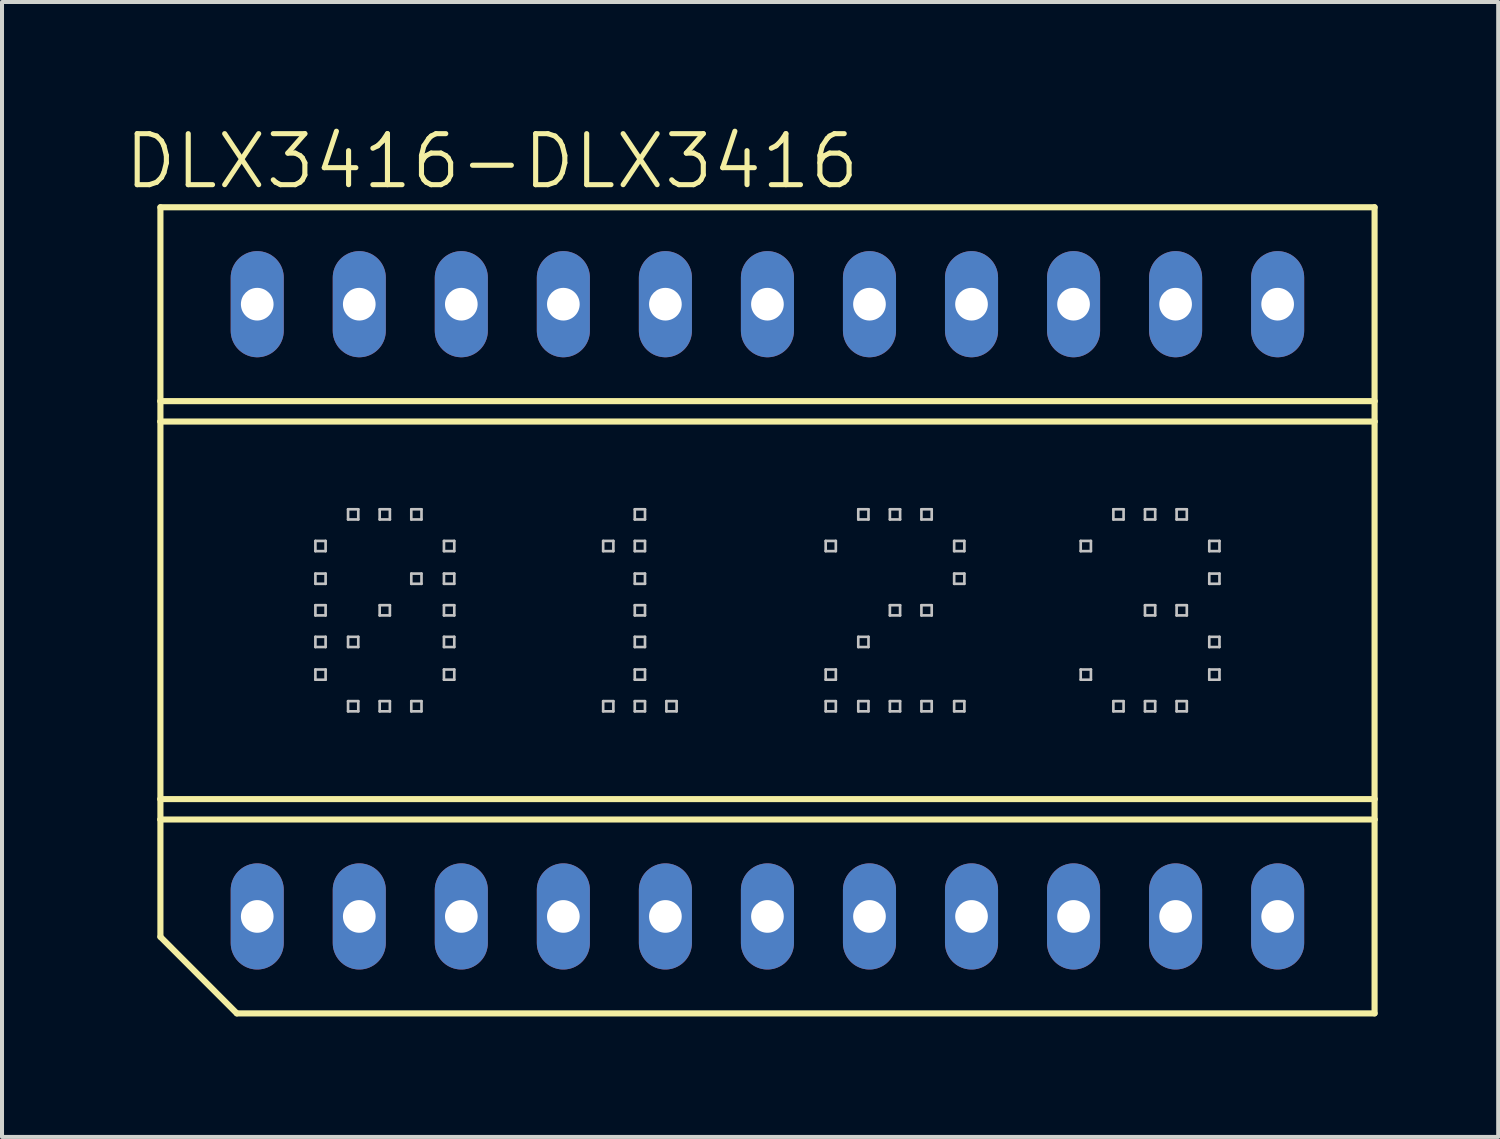
<source format=kicad_pcb>
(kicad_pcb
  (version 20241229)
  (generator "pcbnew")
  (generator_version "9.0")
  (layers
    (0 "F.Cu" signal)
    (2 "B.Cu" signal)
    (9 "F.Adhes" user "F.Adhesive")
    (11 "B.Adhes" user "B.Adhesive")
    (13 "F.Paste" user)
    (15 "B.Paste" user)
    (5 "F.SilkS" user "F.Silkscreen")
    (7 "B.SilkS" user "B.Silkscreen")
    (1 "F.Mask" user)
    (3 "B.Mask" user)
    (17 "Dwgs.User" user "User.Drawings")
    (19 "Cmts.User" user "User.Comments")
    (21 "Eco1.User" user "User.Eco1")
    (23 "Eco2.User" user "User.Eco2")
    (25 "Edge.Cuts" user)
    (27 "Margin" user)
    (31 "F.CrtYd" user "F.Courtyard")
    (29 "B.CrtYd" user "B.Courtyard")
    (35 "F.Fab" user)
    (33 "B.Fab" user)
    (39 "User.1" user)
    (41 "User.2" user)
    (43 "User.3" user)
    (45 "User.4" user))
  (footprint "DLX3416-DLX3416"
    (layer "F.Cu")
    (at 18.593 12.142)
    (property "Reference" "DLX3416-DLX3416" (at -9.398 -11.176 0) (layer "F.SilkS") (effects (font (size 1.27 1.27) (thickness 0.127))))
    (attr exclude_from_pos_files exclude_from_bom)
    (fp_line (start -17.65 -5.207) (end -17.65 -10.033) (stroke (width 0.152) (type solid)) (layer "F.SilkS"))
    (fp_line (start -17.65 -5.207) (end 12.573 -5.207) (stroke (width 0.152) (type solid)) (layer "F.SilkS"))
    (fp_line (start -17.65 -4.699) (end -17.65 -5.207) (stroke (width 0.152) (type solid)) (layer "F.SilkS"))
    (fp_line (start -17.65 -4.699) (end 12.573 -4.699) (stroke (width 0.152) (type solid)) (layer "F.SilkS"))
    (fp_line (start -17.65 4.699) (end -17.65 -4.699) (stroke (width 0.152) (type solid)) (layer "F.SilkS"))
    (fp_line (start -17.65 4.699) (end 12.573 4.699) (stroke (width 0.152) (type solid)) (layer "F.SilkS"))
    (fp_line (start -17.65 5.207) (end -17.65 4.699) (stroke (width 0.152) (type solid)) (layer "F.SilkS"))
    (fp_line (start -17.65 5.207) (end 12.573 5.207) (stroke (width 0.152) (type solid)) (layer "F.SilkS"))
    (fp_line (start -17.65 8.128) (end -17.65 5.207) (stroke (width 0.152) (type solid)) (layer "F.SilkS"))
    (fp_line (start -17.65 8.128) (end -15.748 10.033) (stroke (width 0.152) (type solid)) (layer "F.SilkS"))
    (fp_line (start 12.573 -10.033) (end -17.65 -10.033) (stroke (width 0.152) (type solid)) (layer "F.SilkS"))
    (fp_line (start 12.573 -5.207) (end 12.573 -10.033) (stroke (width 0.152) (type solid)) (layer "F.SilkS"))
    (fp_line (start 12.573 -4.699) (end 12.573 -5.207) (stroke (width 0.152) (type solid)) (layer "F.SilkS"))
    (fp_line (start 12.573 4.699) (end 12.573 -4.699) (stroke (width 0.152) (type solid)) (layer "F.SilkS"))
    (fp_line (start 12.573 5.207) (end 12.573 4.699) (stroke (width 0.152) (type solid)) (layer "F.SilkS"))
    (fp_line (start 12.573 10.033) (end -15.748 10.033) (stroke (width 0.152) (type solid)) (layer "F.SilkS"))
    (fp_line (start 12.573 10.033) (end 12.573 5.207) (stroke (width 0.152) (type solid)) (layer "F.SilkS"))
    (fp_line (start -13.792 -1.727) (end -13.538 -1.727) (stroke (width 0.066) (type solid)) (layer "Dwgs.User"))
    (fp_line (start -13.792 -1.473) (end -13.792 -1.727) (stroke (width 0.066) (type solid)) (layer "Dwgs.User"))
    (fp_line (start -13.792 -1.473) (end -13.538 -1.473) (stroke (width 0.066) (type solid)) (layer "Dwgs.User"))
    (fp_line (start -13.792 -0.914) (end -13.538 -0.914) (stroke (width 0.066) (type solid)) (layer "Dwgs.User"))
    (fp_line (start -13.792 -0.66) (end -13.792 -0.914) (stroke (width 0.066) (type solid)) (layer "Dwgs.User"))
    (fp_line (start -13.792 -0.66) (end -13.538 -0.66) (stroke (width 0.066) (type solid)) (layer "Dwgs.User"))
    (fp_line (start -13.792 -0.127) (end -13.538 -0.127) (stroke (width 0.066) (type solid)) (layer "Dwgs.User"))
    (fp_line (start -13.792 0.127) (end -13.792 -0.127) (stroke (width 0.066) (type solid)) (layer "Dwgs.User"))
    (fp_line (start -13.792 0.127) (end -13.538 0.127) (stroke (width 0.066) (type solid)) (layer "Dwgs.User"))
    (fp_line (start -13.792 0.66) (end -13.538 0.66) (stroke (width 0.066) (type solid)) (layer "Dwgs.User"))
    (fp_line (start -13.792 0.914) (end -13.792 0.66) (stroke (width 0.066) (type solid)) (layer "Dwgs.User"))
    (fp_line (start -13.792 0.914) (end -13.538 0.914) (stroke (width 0.066) (type solid)) (layer "Dwgs.User"))
    (fp_line (start -13.792 1.473) (end -13.538 1.473) (stroke (width 0.066) (type solid)) (layer "Dwgs.User"))
    (fp_line (start -13.792 1.727) (end -13.792 1.473) (stroke (width 0.066) (type solid)) (layer "Dwgs.User"))
    (fp_line (start -13.792 1.727) (end -13.538 1.727) (stroke (width 0.066) (type solid)) (layer "Dwgs.User"))
    (fp_line (start -13.538 -1.473) (end -13.538 -1.727) (stroke (width 0.066) (type solid)) (layer "Dwgs.User"))
    (fp_line (start -13.538 -0.66) (end -13.538 -0.914) (stroke (width 0.066) (type solid)) (layer "Dwgs.User"))
    (fp_line (start -13.538 0.127) (end -13.538 -0.127) (stroke (width 0.066) (type solid)) (layer "Dwgs.User"))
    (fp_line (start -13.538 0.914) (end -13.538 0.66) (stroke (width 0.066) (type solid)) (layer "Dwgs.User"))
    (fp_line (start -13.538 1.727) (end -13.538 1.473) (stroke (width 0.066) (type solid)) (layer "Dwgs.User"))
    (fp_line (start -12.979 -2.515) (end -12.725 -2.515) (stroke (width 0.066) (type solid)) (layer "Dwgs.User"))
    (fp_line (start -12.979 -2.261) (end -12.979 -2.515) (stroke (width 0.066) (type solid)) (layer "Dwgs.User"))
    (fp_line (start -12.979 -2.261) (end -12.725 -2.261) (stroke (width 0.066) (type solid)) (layer "Dwgs.User"))
    (fp_line (start -12.979 0.66) (end -12.725 0.66) (stroke (width 0.066) (type solid)) (layer "Dwgs.User"))
    (fp_line (start -12.979 0.914) (end -12.979 0.66) (stroke (width 0.066) (type solid)) (layer "Dwgs.User"))
    (fp_line (start -12.979 0.914) (end -12.725 0.914) (stroke (width 0.066) (type solid)) (layer "Dwgs.User"))
    (fp_line (start -12.979 2.261) (end -12.725 2.261) (stroke (width 0.066) (type solid)) (layer "Dwgs.User"))
    (fp_line (start -12.979 2.515) (end -12.979 2.261) (stroke (width 0.066) (type solid)) (layer "Dwgs.User"))
    (fp_line (start -12.979 2.515) (end -12.725 2.515) (stroke (width 0.066) (type solid)) (layer "Dwgs.User"))
    (fp_line (start -12.725 -2.261) (end -12.725 -2.515) (stroke (width 0.066) (type solid)) (layer "Dwgs.User"))
    (fp_line (start -12.725 0.914) (end -12.725 0.66) (stroke (width 0.066) (type solid)) (layer "Dwgs.User"))
    (fp_line (start -12.725 2.515) (end -12.725 2.261) (stroke (width 0.066) (type solid)) (layer "Dwgs.User"))
    (fp_line (start -12.192 -2.515) (end -11.938 -2.515) (stroke (width 0.066) (type solid)) (layer "Dwgs.User"))
    (fp_line (start -12.192 -2.261) (end -12.192 -2.515) (stroke (width 0.066) (type solid)) (layer "Dwgs.User"))
    (fp_line (start -12.192 -2.261) (end -11.938 -2.261) (stroke (width 0.066) (type solid)) (layer "Dwgs.User"))
    (fp_line (start -12.192 -0.127) (end -11.938 -0.127) (stroke (width 0.066) (type solid)) (layer "Dwgs.User"))
    (fp_line (start -12.192 0.127) (end -12.192 -0.127) (stroke (width 0.066) (type solid)) (layer "Dwgs.User"))
    (fp_line (start -12.192 0.127) (end -11.938 0.127) (stroke (width 0.066) (type solid)) (layer "Dwgs.User"))
    (fp_line (start -12.192 2.261) (end -11.938 2.261) (stroke (width 0.066) (type solid)) (layer "Dwgs.User"))
    (fp_line (start -12.192 2.515) (end -12.192 2.261) (stroke (width 0.066) (type solid)) (layer "Dwgs.User"))
    (fp_line (start -12.192 2.515) (end -11.938 2.515) (stroke (width 0.066) (type solid)) (layer "Dwgs.User"))
    (fp_line (start -11.938 -2.261) (end -11.938 -2.515) (stroke (width 0.066) (type solid)) (layer "Dwgs.User"))
    (fp_line (start -11.938 0.127) (end -11.938 -0.127) (stroke (width 0.066) (type solid)) (layer "Dwgs.User"))
    (fp_line (start -11.938 2.515) (end -11.938 2.261) (stroke (width 0.066) (type solid)) (layer "Dwgs.User"))
    (fp_line (start -11.405 -2.515) (end -11.151 -2.515) (stroke (width 0.066) (type solid)) (layer "Dwgs.User"))
    (fp_line (start -11.405 -2.261) (end -11.405 -2.515) (stroke (width 0.066) (type solid)) (layer "Dwgs.User"))
    (fp_line (start -11.405 -2.261) (end -11.151 -2.261) (stroke (width 0.066) (type solid)) (layer "Dwgs.User"))
    (fp_line (start -11.405 -0.914) (end -11.151 -0.914) (stroke (width 0.066) (type solid)) (layer "Dwgs.User"))
    (fp_line (start -11.405 -0.66) (end -11.405 -0.914) (stroke (width 0.066) (type solid)) (layer "Dwgs.User"))
    (fp_line (start -11.405 -0.66) (end -11.151 -0.66) (stroke (width 0.066) (type solid)) (layer "Dwgs.User"))
    (fp_line (start -11.405 2.261) (end -11.151 2.261) (stroke (width 0.066) (type solid)) (layer "Dwgs.User"))
    (fp_line (start -11.405 2.515) (end -11.405 2.261) (stroke (width 0.066) (type solid)) (layer "Dwgs.User"))
    (fp_line (start -11.405 2.515) (end -11.151 2.515) (stroke (width 0.066) (type solid)) (layer "Dwgs.User"))
    (fp_line (start -11.151 -2.261) (end -11.151 -2.515) (stroke (width 0.066) (type solid)) (layer "Dwgs.User"))
    (fp_line (start -11.151 -0.66) (end -11.151 -0.914) (stroke (width 0.066) (type solid)) (layer "Dwgs.User"))
    (fp_line (start -11.151 2.515) (end -11.151 2.261) (stroke (width 0.066) (type solid)) (layer "Dwgs.User"))
    (fp_line (start -10.592 -1.727) (end -10.335 -1.727) (stroke (width 0.066) (type solid)) (layer "Dwgs.User"))
    (fp_line (start -10.592 -1.473) (end -10.592 -1.727) (stroke (width 0.066) (type solid)) (layer "Dwgs.User"))
    (fp_line (start -10.592 -1.473) (end -10.335 -1.473) (stroke (width 0.066) (type solid)) (layer "Dwgs.User"))
    (fp_line (start -10.592 -0.914) (end -10.335 -0.914) (stroke (width 0.066) (type solid)) (layer "Dwgs.User"))
    (fp_line (start -10.592 -0.66) (end -10.592 -0.914) (stroke (width 0.066) (type solid)) (layer "Dwgs.User"))
    (fp_line (start -10.592 -0.66) (end -10.335 -0.66) (stroke (width 0.066) (type solid)) (layer "Dwgs.User"))
    (fp_line (start -10.592 -0.127) (end -10.335 -0.127) (stroke (width 0.066) (type solid)) (layer "Dwgs.User"))
    (fp_line (start -10.592 0.127) (end -10.592 -0.127) (stroke (width 0.066) (type solid)) (layer "Dwgs.User"))
    (fp_line (start -10.592 0.127) (end -10.335 0.127) (stroke (width 0.066) (type solid)) (layer "Dwgs.User"))
    (fp_line (start -10.592 0.66) (end -10.335 0.66) (stroke (width 0.066) (type solid)) (layer "Dwgs.User"))
    (fp_line (start -10.592 0.914) (end -10.592 0.66) (stroke (width 0.066) (type solid)) (layer "Dwgs.User"))
    (fp_line (start -10.592 0.914) (end -10.335 0.914) (stroke (width 0.066) (type solid)) (layer "Dwgs.User"))
    (fp_line (start -10.592 1.473) (end -10.335 1.473) (stroke (width 0.066) (type solid)) (layer "Dwgs.User"))
    (fp_line (start -10.592 1.727) (end -10.592 1.473) (stroke (width 0.066) (type solid)) (layer "Dwgs.User"))
    (fp_line (start -10.592 1.727) (end -10.335 1.727) (stroke (width 0.066) (type solid)) (layer "Dwgs.User"))
    (fp_line (start -10.335 -1.473) (end -10.335 -1.727) (stroke (width 0.066) (type solid)) (layer "Dwgs.User"))
    (fp_line (start -10.335 -0.66) (end -10.335 -0.914) (stroke (width 0.066) (type solid)) (layer "Dwgs.User"))
    (fp_line (start -10.335 0.127) (end -10.335 -0.127) (stroke (width 0.066) (type solid)) (layer "Dwgs.User"))
    (fp_line (start -10.335 0.914) (end -10.335 0.66) (stroke (width 0.066) (type solid)) (layer "Dwgs.User"))
    (fp_line (start -10.335 1.727) (end -10.335 1.473) (stroke (width 0.066) (type solid)) (layer "Dwgs.User"))
    (fp_line (start -6.629 -1.727) (end -6.375 -1.727) (stroke (width 0.066) (type solid)) (layer "Dwgs.User"))
    (fp_line (start -6.629 -1.473) (end -6.629 -1.727) (stroke (width 0.066) (type solid)) (layer "Dwgs.User"))
    (fp_line (start -6.629 -1.473) (end -6.375 -1.473) (stroke (width 0.066) (type solid)) (layer "Dwgs.User"))
    (fp_line (start -6.629 2.261) (end -6.375 2.261) (stroke (width 0.066) (type solid)) (layer "Dwgs.User"))
    (fp_line (start -6.629 2.515) (end -6.629 2.261) (stroke (width 0.066) (type solid)) (layer "Dwgs.User"))
    (fp_line (start -6.629 2.515) (end -6.375 2.515) (stroke (width 0.066) (type solid)) (layer "Dwgs.User"))
    (fp_line (start -6.375 -1.473) (end -6.375 -1.727) (stroke (width 0.066) (type solid)) (layer "Dwgs.User"))
    (fp_line (start -6.375 2.515) (end -6.375 2.261) (stroke (width 0.066) (type solid)) (layer "Dwgs.User"))
    (fp_line (start -5.842 -2.515) (end -5.588 -2.515) (stroke (width 0.066) (type solid)) (layer "Dwgs.User"))
    (fp_line (start -5.842 -2.261) (end -5.842 -2.515) (stroke (width 0.066) (type solid)) (layer "Dwgs.User"))
    (fp_line (start -5.842 -2.261) (end -5.588 -2.261) (stroke (width 0.066) (type solid)) (layer "Dwgs.User"))
    (fp_line (start -5.842 -1.727) (end -5.588 -1.727) (stroke (width 0.066) (type solid)) (layer "Dwgs.User"))
    (fp_line (start -5.842 -1.473) (end -5.842 -1.727) (stroke (width 0.066) (type solid)) (layer "Dwgs.User"))
    (fp_line (start -5.842 -1.473) (end -5.588 -1.473) (stroke (width 0.066) (type solid)) (layer "Dwgs.User"))
    (fp_line (start -5.842 -0.914) (end -5.588 -0.914) (stroke (width 0.066) (type solid)) (layer "Dwgs.User"))
    (fp_line (start -5.842 -0.66) (end -5.842 -0.914) (stroke (width 0.066) (type solid)) (layer "Dwgs.User"))
    (fp_line (start -5.842 -0.66) (end -5.588 -0.66) (stroke (width 0.066) (type solid)) (layer "Dwgs.User"))
    (fp_line (start -5.842 -0.127) (end -5.588 -0.127) (stroke (width 0.066) (type solid)) (layer "Dwgs.User"))
    (fp_line (start -5.842 0.127) (end -5.842 -0.127) (stroke (width 0.066) (type solid)) (layer "Dwgs.User"))
    (fp_line (start -5.842 0.127) (end -5.588 0.127) (stroke (width 0.066) (type solid)) (layer "Dwgs.User"))
    (fp_line (start -5.842 0.66) (end -5.588 0.66) (stroke (width 0.066) (type solid)) (layer "Dwgs.User"))
    (fp_line (start -5.842 0.914) (end -5.842 0.66) (stroke (width 0.066) (type solid)) (layer "Dwgs.User"))
    (fp_line (start -5.842 0.914) (end -5.588 0.914) (stroke (width 0.066) (type solid)) (layer "Dwgs.User"))
    (fp_line (start -5.842 1.473) (end -5.588 1.473) (stroke (width 0.066) (type solid)) (layer "Dwgs.User"))
    (fp_line (start -5.842 1.727) (end -5.842 1.473) (stroke (width 0.066) (type solid)) (layer "Dwgs.User"))
    (fp_line (start -5.842 1.727) (end -5.588 1.727) (stroke (width 0.066) (type solid)) (layer "Dwgs.User"))
    (fp_line (start -5.842 2.261) (end -5.588 2.261) (stroke (width 0.066) (type solid)) (layer "Dwgs.User"))
    (fp_line (start -5.842 2.515) (end -5.842 2.261) (stroke (width 0.066) (type solid)) (layer "Dwgs.User"))
    (fp_line (start -5.842 2.515) (end -5.588 2.515) (stroke (width 0.066) (type solid)) (layer "Dwgs.User"))
    (fp_line (start -5.588 -2.261) (end -5.588 -2.515) (stroke (width 0.066) (type solid)) (layer "Dwgs.User"))
    (fp_line (start -5.588 -1.473) (end -5.588 -1.727) (stroke (width 0.066) (type solid)) (layer "Dwgs.User"))
    (fp_line (start -5.588 -0.66) (end -5.588 -0.914) (stroke (width 0.066) (type solid)) (layer "Dwgs.User"))
    (fp_line (start -5.588 0.127) (end -5.588 -0.127) (stroke (width 0.066) (type solid)) (layer "Dwgs.User"))
    (fp_line (start -5.588 0.914) (end -5.588 0.66) (stroke (width 0.066) (type solid)) (layer "Dwgs.User"))
    (fp_line (start -5.588 1.727) (end -5.588 1.473) (stroke (width 0.066) (type solid)) (layer "Dwgs.User"))
    (fp_line (start -5.588 2.515) (end -5.588 2.261) (stroke (width 0.066) (type solid)) (layer "Dwgs.User"))
    (fp_line (start -5.055 2.261) (end -4.801 2.261) (stroke (width 0.066) (type solid)) (layer "Dwgs.User"))
    (fp_line (start -5.055 2.515) (end -5.055 2.261) (stroke (width 0.066) (type solid)) (layer "Dwgs.User"))
    (fp_line (start -5.055 2.515) (end -4.801 2.515) (stroke (width 0.066) (type solid)) (layer "Dwgs.User"))
    (fp_line (start -4.801 2.515) (end -4.801 2.261) (stroke (width 0.066) (type solid)) (layer "Dwgs.User"))
    (fp_line (start -1.09 -1.727) (end -0.838 -1.727) (stroke (width 0.066) (type solid)) (layer "Dwgs.User"))
    (fp_line (start -1.09 -1.473) (end -1.09 -1.727) (stroke (width 0.066) (type solid)) (layer "Dwgs.User"))
    (fp_line (start -1.09 -1.473) (end -0.838 -1.473) (stroke (width 0.066) (type solid)) (layer "Dwgs.User"))
    (fp_line (start -1.09 1.473) (end -0.838 1.473) (stroke (width 0.066) (type solid)) (layer "Dwgs.User"))
    (fp_line (start -1.09 1.727) (end -1.09 1.473) (stroke (width 0.066) (type solid)) (layer "Dwgs.User"))
    (fp_line (start -1.09 1.727) (end -0.838 1.727) (stroke (width 0.066) (type solid)) (layer "Dwgs.User"))
    (fp_line (start -1.09 2.261) (end -0.838 2.261) (stroke (width 0.066) (type solid)) (layer "Dwgs.User"))
    (fp_line (start -1.09 2.515) (end -1.09 2.261) (stroke (width 0.066) (type solid)) (layer "Dwgs.User"))
    (fp_line (start -1.09 2.515) (end -0.838 2.515) (stroke (width 0.066) (type solid)) (layer "Dwgs.User"))
    (fp_line (start -0.838 -1.473) (end -0.838 -1.727) (stroke (width 0.066) (type solid)) (layer "Dwgs.User"))
    (fp_line (start -0.838 1.727) (end -0.838 1.473) (stroke (width 0.066) (type solid)) (layer "Dwgs.User"))
    (fp_line (start -0.838 2.515) (end -0.838 2.261) (stroke (width 0.066) (type solid)) (layer "Dwgs.User"))
    (fp_line (start -0.279 -2.515) (end -0.025 -2.515) (stroke (width 0.066) (type solid)) (layer "Dwgs.User"))
    (fp_line (start -0.279 -2.261) (end -0.279 -2.515) (stroke (width 0.066) (type solid)) (layer "Dwgs.User"))
    (fp_line (start -0.279 -2.261) (end -0.025 -2.261) (stroke (width 0.066) (type solid)) (layer "Dwgs.User"))
    (fp_line (start -0.279 0.66) (end -0.025 0.66) (stroke (width 0.066) (type solid)) (layer "Dwgs.User"))
    (fp_line (start -0.279 0.914) (end -0.279 0.66) (stroke (width 0.066) (type solid)) (layer "Dwgs.User"))
    (fp_line (start -0.279 0.914) (end -0.025 0.914) (stroke (width 0.066) (type solid)) (layer "Dwgs.User"))
    (fp_line (start -0.279 2.261) (end -0.025 2.261) (stroke (width 0.066) (type solid)) (layer "Dwgs.User"))
    (fp_line (start -0.279 2.515) (end -0.279 2.261) (stroke (width 0.066) (type solid)) (layer "Dwgs.User"))
    (fp_line (start -0.279 2.515) (end -0.025 2.515) (stroke (width 0.066) (type solid)) (layer "Dwgs.User"))
    (fp_line (start -0.025 -2.261) (end -0.025 -2.515) (stroke (width 0.066) (type solid)) (layer "Dwgs.User"))
    (fp_line (start -0.025 0.914) (end -0.025 0.66) (stroke (width 0.066) (type solid)) (layer "Dwgs.User"))
    (fp_line (start -0.025 2.515) (end -0.025 2.261) (stroke (width 0.066) (type solid)) (layer "Dwgs.User"))
    (fp_line (start 0.508 -2.515) (end 0.762 -2.515) (stroke (width 0.066) (type solid)) (layer "Dwgs.User"))
    (fp_line (start 0.508 -2.261) (end 0.508 -2.515) (stroke (width 0.066) (type solid)) (layer "Dwgs.User"))
    (fp_line (start 0.508 -2.261) (end 0.762 -2.261) (stroke (width 0.066) (type solid)) (layer "Dwgs.User"))
    (fp_line (start 0.508 -0.127) (end 0.762 -0.127) (stroke (width 0.066) (type solid)) (layer "Dwgs.User"))
    (fp_line (start 0.508 0.127) (end 0.508 -0.127) (stroke (width 0.066) (type solid)) (layer "Dwgs.User"))
    (fp_line (start 0.508 0.127) (end 0.762 0.127) (stroke (width 0.066) (type solid)) (layer "Dwgs.User"))
    (fp_line (start 0.508 2.261) (end 0.762 2.261) (stroke (width 0.066) (type solid)) (layer "Dwgs.User"))
    (fp_line (start 0.508 2.515) (end 0.508 2.261) (stroke (width 0.066) (type solid)) (layer "Dwgs.User"))
    (fp_line (start 0.508 2.515) (end 0.762 2.515) (stroke (width 0.066) (type solid)) (layer "Dwgs.User"))
    (fp_line (start 0.762 -2.261) (end 0.762 -2.515) (stroke (width 0.066) (type solid)) (layer "Dwgs.User"))
    (fp_line (start 0.762 0.127) (end 0.762 -0.127) (stroke (width 0.066) (type solid)) (layer "Dwgs.User"))
    (fp_line (start 0.762 2.515) (end 0.762 2.261) (stroke (width 0.066) (type solid)) (layer "Dwgs.User"))
    (fp_line (start 1.293 -2.515) (end 1.549 -2.515) (stroke (width 0.066) (type solid)) (layer "Dwgs.User"))
    (fp_line (start 1.293 -2.261) (end 1.293 -2.515) (stroke (width 0.066) (type solid)) (layer "Dwgs.User"))
    (fp_line (start 1.293 -2.261) (end 1.549 -2.261) (stroke (width 0.066) (type solid)) (layer "Dwgs.User"))
    (fp_line (start 1.293 -0.127) (end 1.549 -0.127) (stroke (width 0.066) (type solid)) (layer "Dwgs.User"))
    (fp_line (start 1.293 0.127) (end 1.293 -0.127) (stroke (width 0.066) (type solid)) (layer "Dwgs.User"))
    (fp_line (start 1.293 0.127) (end 1.549 0.127) (stroke (width 0.066) (type solid)) (layer "Dwgs.User"))
    (fp_line (start 1.293 2.261) (end 1.549 2.261) (stroke (width 0.066) (type solid)) (layer "Dwgs.User"))
    (fp_line (start 1.293 2.515) (end 1.293 2.261) (stroke (width 0.066) (type solid)) (layer "Dwgs.User"))
    (fp_line (start 1.293 2.515) (end 1.549 2.515) (stroke (width 0.066) (type solid)) (layer "Dwgs.User"))
    (fp_line (start 1.549 -2.261) (end 1.549 -2.515) (stroke (width 0.066) (type solid)) (layer "Dwgs.User"))
    (fp_line (start 1.549 0.127) (end 1.549 -0.127) (stroke (width 0.066) (type solid)) (layer "Dwgs.User"))
    (fp_line (start 1.549 2.515) (end 1.549 2.261) (stroke (width 0.066) (type solid)) (layer "Dwgs.User"))
    (fp_line (start 2.108 -1.727) (end 2.362 -1.727) (stroke (width 0.066) (type solid)) (layer "Dwgs.User"))
    (fp_line (start 2.108 -1.473) (end 2.108 -1.727) (stroke (width 0.066) (type solid)) (layer "Dwgs.User"))
    (fp_line (start 2.108 -1.473) (end 2.362 -1.473) (stroke (width 0.066) (type solid)) (layer "Dwgs.User"))
    (fp_line (start 2.108 -0.914) (end 2.362 -0.914) (stroke (width 0.066) (type solid)) (layer "Dwgs.User"))
    (fp_line (start 2.108 -0.66) (end 2.108 -0.914) (stroke (width 0.066) (type solid)) (layer "Dwgs.User"))
    (fp_line (start 2.108 -0.66) (end 2.362 -0.66) (stroke (width 0.066) (type solid)) (layer "Dwgs.User"))
    (fp_line (start 2.108 2.261) (end 2.362 2.261) (stroke (width 0.066) (type solid)) (layer "Dwgs.User"))
    (fp_line (start 2.108 2.515) (end 2.108 2.261) (stroke (width 0.066) (type solid)) (layer "Dwgs.User"))
    (fp_line (start 2.108 2.515) (end 2.362 2.515) (stroke (width 0.066) (type solid)) (layer "Dwgs.User"))
    (fp_line (start 2.362 -1.473) (end 2.362 -1.727) (stroke (width 0.066) (type solid)) (layer "Dwgs.User"))
    (fp_line (start 2.362 -0.66) (end 2.362 -0.914) (stroke (width 0.066) (type solid)) (layer "Dwgs.User"))
    (fp_line (start 2.362 2.515) (end 2.362 2.261) (stroke (width 0.066) (type solid)) (layer "Dwgs.User"))
    (fp_line (start 5.258 -1.727) (end 5.512 -1.727) (stroke (width 0.066) (type solid)) (layer "Dwgs.User"))
    (fp_line (start 5.258 -1.473) (end 5.258 -1.727) (stroke (width 0.066) (type solid)) (layer "Dwgs.User"))
    (fp_line (start 5.258 -1.473) (end 5.512 -1.473) (stroke (width 0.066) (type solid)) (layer "Dwgs.User"))
    (fp_line (start 5.258 1.473) (end 5.512 1.473) (stroke (width 0.066) (type solid)) (layer "Dwgs.User"))
    (fp_line (start 5.258 1.727) (end 5.258 1.473) (stroke (width 0.066) (type solid)) (layer "Dwgs.User"))
    (fp_line (start 5.258 1.727) (end 5.512 1.727) (stroke (width 0.066) (type solid)) (layer "Dwgs.User"))
    (fp_line (start 5.512 -1.473) (end 5.512 -1.727) (stroke (width 0.066) (type solid)) (layer "Dwgs.User"))
    (fp_line (start 5.512 1.727) (end 5.512 1.473) (stroke (width 0.066) (type solid)) (layer "Dwgs.User"))
    (fp_line (start 6.071 -2.515) (end 6.325 -2.515) (stroke (width 0.066) (type solid)) (layer "Dwgs.User"))
    (fp_line (start 6.071 -2.261) (end 6.071 -2.515) (stroke (width 0.066) (type solid)) (layer "Dwgs.User"))
    (fp_line (start 6.071 -2.261) (end 6.325 -2.261) (stroke (width 0.066) (type solid)) (layer "Dwgs.User"))
    (fp_line (start 6.071 2.261) (end 6.325 2.261) (stroke (width 0.066) (type solid)) (layer "Dwgs.User"))
    (fp_line (start 6.071 2.515) (end 6.071 2.261) (stroke (width 0.066) (type solid)) (layer "Dwgs.User"))
    (fp_line (start 6.071 2.515) (end 6.325 2.515) (stroke (width 0.066) (type solid)) (layer "Dwgs.User"))
    (fp_line (start 6.325 -2.261) (end 6.325 -2.515) (stroke (width 0.066) (type solid)) (layer "Dwgs.User"))
    (fp_line (start 6.325 2.515) (end 6.325 2.261) (stroke (width 0.066) (type solid)) (layer "Dwgs.User"))
    (fp_line (start 6.858 -2.515) (end 7.112 -2.515) (stroke (width 0.066) (type solid)) (layer "Dwgs.User"))
    (fp_line (start 6.858 -2.261) (end 6.858 -2.515) (stroke (width 0.066) (type solid)) (layer "Dwgs.User"))
    (fp_line (start 6.858 -2.261) (end 7.112 -2.261) (stroke (width 0.066) (type solid)) (layer "Dwgs.User"))
    (fp_line (start 6.858 -0.127) (end 7.112 -0.127) (stroke (width 0.066) (type solid)) (layer "Dwgs.User"))
    (fp_line (start 6.858 0.127) (end 6.858 -0.127) (stroke (width 0.066) (type solid)) (layer "Dwgs.User"))
    (fp_line (start 6.858 0.127) (end 7.112 0.127) (stroke (width 0.066) (type solid)) (layer "Dwgs.User"))
    (fp_line (start 6.858 2.261) (end 7.112 2.261) (stroke (width 0.066) (type solid)) (layer "Dwgs.User"))
    (fp_line (start 6.858 2.515) (end 6.858 2.261) (stroke (width 0.066) (type solid)) (layer "Dwgs.User"))
    (fp_line (start 6.858 2.515) (end 7.112 2.515) (stroke (width 0.066) (type solid)) (layer "Dwgs.User"))
    (fp_line (start 7.112 -2.261) (end 7.112 -2.515) (stroke (width 0.066) (type solid)) (layer "Dwgs.User"))
    (fp_line (start 7.112 0.127) (end 7.112 -0.127) (stroke (width 0.066) (type solid)) (layer "Dwgs.User"))
    (fp_line (start 7.112 2.515) (end 7.112 2.261) (stroke (width 0.066) (type solid)) (layer "Dwgs.User"))
    (fp_line (start 7.645 -2.515) (end 7.899 -2.515) (stroke (width 0.066) (type solid)) (layer "Dwgs.User"))
    (fp_line (start 7.645 -2.261) (end 7.645 -2.515) (stroke (width 0.066) (type solid)) (layer "Dwgs.User"))
    (fp_line (start 7.645 -2.261) (end 7.899 -2.261) (stroke (width 0.066) (type solid)) (layer "Dwgs.User"))
    (fp_line (start 7.645 -0.127) (end 7.899 -0.127) (stroke (width 0.066) (type solid)) (layer "Dwgs.User"))
    (fp_line (start 7.645 0.127) (end 7.645 -0.127) (stroke (width 0.066) (type solid)) (layer "Dwgs.User"))
    (fp_line (start 7.645 0.127) (end 7.899 0.127) (stroke (width 0.066) (type solid)) (layer "Dwgs.User"))
    (fp_line (start 7.645 2.261) (end 7.899 2.261) (stroke (width 0.066) (type solid)) (layer "Dwgs.User"))
    (fp_line (start 7.645 2.515) (end 7.645 2.261) (stroke (width 0.066) (type solid)) (layer "Dwgs.User"))
    (fp_line (start 7.645 2.515) (end 7.899 2.515) (stroke (width 0.066) (type solid)) (layer "Dwgs.User"))
    (fp_line (start 7.899 -2.261) (end 7.899 -2.515) (stroke (width 0.066) (type solid)) (layer "Dwgs.User"))
    (fp_line (start 7.899 0.127) (end 7.899 -0.127) (stroke (width 0.066) (type solid)) (layer "Dwgs.User"))
    (fp_line (start 7.899 2.515) (end 7.899 2.261) (stroke (width 0.066) (type solid)) (layer "Dwgs.User"))
    (fp_line (start 8.458 -1.727) (end 8.712 -1.727) (stroke (width 0.066) (type solid)) (layer "Dwgs.User"))
    (fp_line (start 8.458 -1.473) (end 8.458 -1.727) (stroke (width 0.066) (type solid)) (layer "Dwgs.User"))
    (fp_line (start 8.458 -1.473) (end 8.712 -1.473) (stroke (width 0.066) (type solid)) (layer "Dwgs.User"))
    (fp_line (start 8.458 -0.914) (end 8.712 -0.914) (stroke (width 0.066) (type solid)) (layer "Dwgs.User"))
    (fp_line (start 8.458 -0.66) (end 8.458 -0.914) (stroke (width 0.066) (type solid)) (layer "Dwgs.User"))
    (fp_line (start 8.458 -0.66) (end 8.712 -0.66) (stroke (width 0.066) (type solid)) (layer "Dwgs.User"))
    (fp_line (start 8.458 0.66) (end 8.712 0.66) (stroke (width 0.066) (type solid)) (layer "Dwgs.User"))
    (fp_line (start 8.458 0.914) (end 8.458 0.66) (stroke (width 0.066) (type solid)) (layer "Dwgs.User"))
    (fp_line (start 8.458 0.914) (end 8.712 0.914) (stroke (width 0.066) (type solid)) (layer "Dwgs.User"))
    (fp_line (start 8.458 1.473) (end 8.712 1.473) (stroke (width 0.066) (type solid)) (layer "Dwgs.User"))
    (fp_line (start 8.458 1.727) (end 8.458 1.473) (stroke (width 0.066) (type solid)) (layer "Dwgs.User"))
    (fp_line (start 8.458 1.727) (end 8.712 1.727) (stroke (width 0.066) (type solid)) (layer "Dwgs.User"))
    (fp_line (start 8.712 -1.473) (end 8.712 -1.727) (stroke (width 0.066) (type solid)) (layer "Dwgs.User"))
    (fp_line (start 8.712 -0.66) (end 8.712 -0.914) (stroke (width 0.066) (type solid)) (layer "Dwgs.User"))
    (fp_line (start 8.712 0.914) (end 8.712 0.66) (stroke (width 0.066) (type solid)) (layer "Dwgs.User"))
    (fp_line (start 8.712 1.727) (end 8.712 1.473) (stroke (width 0.066) (type solid)) (layer "Dwgs.User"))
    (pad "1" thru_hole oval (at -15.24 7.62 180) (size 1.321 2.642) (drill 0.813) (layers "*.Cu" "*.Paste" "*.Mask"))
    (pad "2" thru_hole oval (at -12.7 7.62 180) (size 1.321 2.642) (drill 0.813) (layers "*.Cu" "*.Paste" "*.Mask"))
    (pad "3" thru_hole oval (at -10.16 7.62 180) (size 1.321 2.642) (drill 0.813) (layers "*.Cu" "*.Paste" "*.Mask"))
    (pad "4" thru_hole oval (at -7.62 7.62 180) (size 1.321 2.642) (drill 0.813) (layers "*.Cu" "*.Paste" "*.Mask"))
    (pad "5" thru_hole oval (at -5.08 7.62 180) (size 1.321 2.642) (drill 0.813) (layers "*.Cu" "*.Paste" "*.Mask"))
    (pad "6" thru_hole oval (at -2.54 7.62 180) (size 1.321 2.642) (drill 0.813) (layers "*.Cu" "*.Paste" "*.Mask"))
    (pad "7" thru_hole oval (at 0 7.62 180) (size 1.321 2.642) (drill 0.813) (layers "*.Cu" "*.Paste" "*.Mask"))
    (pad "8" thru_hole oval (at 2.54 7.62 180) (size 1.321 2.642) (drill 0.813) (layers "*.Cu" "*.Paste" "*.Mask"))
    (pad "9" thru_hole oval (at 5.08 7.62 180) (size 1.321 2.642) (drill 0.813) (layers "*.Cu" "*.Paste" "*.Mask"))
    (pad "10" thru_hole oval (at 7.62 7.62 180) (size 1.321 2.642) (drill 0.813) (layers "*.Cu" "*.Paste" "*.Mask"))
    (pad "11" thru_hole oval (at 10.16 7.62 180) (size 1.321 2.642) (drill 0.813) (layers "*.Cu" "*.Paste" "*.Mask"))
    (pad "12" thru_hole oval (at 10.16 -7.62 180) (size 1.321 2.642) (drill 0.813) (layers "*.Cu" "*.Paste" "*.Mask"))
    (pad "13" thru_hole oval (at 7.62 -7.62 180) (size 1.321 2.642) (drill 0.813) (layers "*.Cu" "*.Paste" "*.Mask"))
    (pad "14" thru_hole oval (at 5.08 -7.62 180) (size 1.321 2.642) (drill 0.813) (layers "*.Cu" "*.Paste" "*.Mask"))
    (pad "15" thru_hole oval (at 2.54 -7.62 180) (size 1.321 2.642) (drill 0.813) (layers "*.Cu" "*.Paste" "*.Mask"))
    (pad "16" thru_hole oval (at 0 -7.62 180) (size 1.321 2.642) (drill 0.813) (layers "*.Cu" "*.Paste" "*.Mask"))
    (pad "17" thru_hole oval (at -2.54 -7.62 180) (size 1.321 2.642) (drill 0.813) (layers "*.Cu" "*.Paste" "*.Mask"))
    (pad "18" thru_hole oval (at -5.08 -7.62 180) (size 1.321 2.642) (drill 0.813) (layers "*.Cu" "*.Paste" "*.Mask"))
    (pad "19" thru_hole oval (at -7.62 -7.62 180) (size 1.321 2.642) (drill 0.813) (layers "*.Cu" "*.Paste" "*.Mask"))
    (pad "20" thru_hole oval (at -10.16 -7.62 180) (size 1.321 2.642) (drill 0.813) (layers "*.Cu" "*.Paste" "*.Mask"))
    (pad "21" thru_hole oval (at -12.7 -7.62 180) (size 1.321 2.642) (drill 0.813) (layers "*.Cu" "*.Paste" "*.Mask"))
    (pad "22" thru_hole oval (at -15.24 -7.62 180) (size 1.321 2.642) (drill 0.813) (layers "*.Cu" "*.Paste" "*.Mask")))
  (gr_rect
    (start -3 -3)
    (end 34.243 25.251)
    (stroke (width 0.1) (type default))
    (fill no)
    (layer "Edge.Cuts")))
</source>
